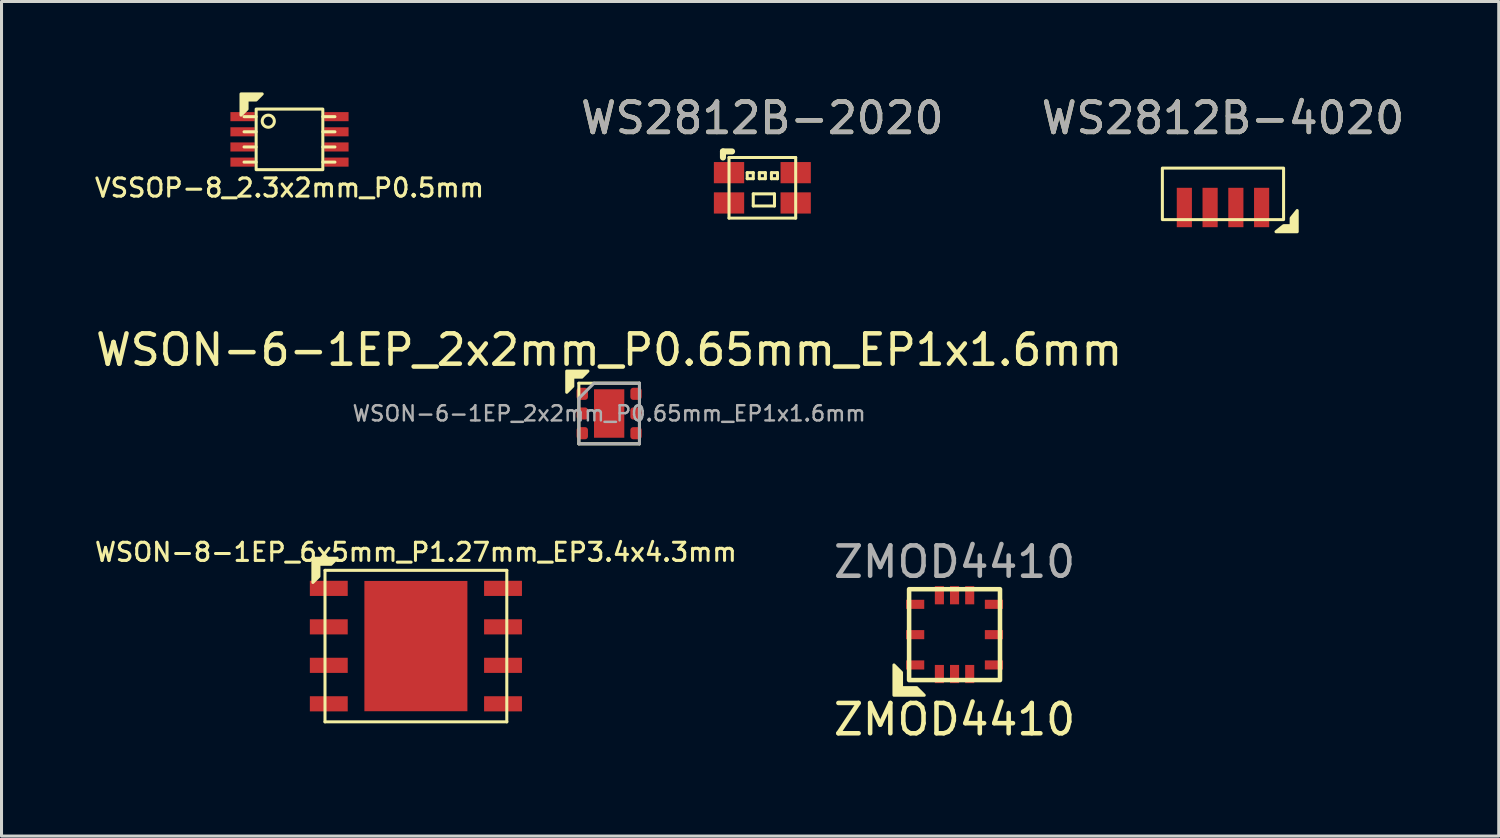
<source format=kicad_pcb>
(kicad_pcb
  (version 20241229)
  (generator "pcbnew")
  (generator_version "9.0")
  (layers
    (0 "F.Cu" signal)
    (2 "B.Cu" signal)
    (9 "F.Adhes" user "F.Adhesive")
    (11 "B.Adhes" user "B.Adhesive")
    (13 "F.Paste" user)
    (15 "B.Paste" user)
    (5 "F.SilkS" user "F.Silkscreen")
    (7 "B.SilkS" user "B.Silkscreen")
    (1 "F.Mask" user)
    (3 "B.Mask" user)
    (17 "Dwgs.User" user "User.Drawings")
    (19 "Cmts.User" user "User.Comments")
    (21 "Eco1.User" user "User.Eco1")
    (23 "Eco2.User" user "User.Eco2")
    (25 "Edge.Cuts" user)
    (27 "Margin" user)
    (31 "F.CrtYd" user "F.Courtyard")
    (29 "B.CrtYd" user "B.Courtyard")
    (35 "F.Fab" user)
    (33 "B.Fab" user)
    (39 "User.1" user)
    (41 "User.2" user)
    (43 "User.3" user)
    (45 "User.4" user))
  (footprint "WSON-8-1EP_6x5mm_P1.27mm_EP3.4x4.3mm"
    (layer "F.Cu")
    (at 10.676 18.273)
    (property "Reference" "WSON-8-1EP_6x5mm_P1.27mm_EP3.4x4.3mm" (at 0 -3.1 0) (layer "F.SilkS") (effects (font (size 0.6 0.6) (thickness 0.1))))
    (attr smd)
    (fp_line (start -3 -2.5) (end 3 -2.5) (stroke (width 0.1) (type solid)) (layer "F.SilkS"))
    (fp_line (start -3 2.5) (end -3 -2.5) (stroke (width 0.1) (type solid)) (layer "F.SilkS"))
    (fp_line (start 3 -2.5) (end 3 2.5) (stroke (width 0.1) (type solid)) (layer "F.SilkS"))
    (fp_line (start 3 2.5) (end -3 2.5) (stroke (width 0.1) (type solid)) (layer "F.SilkS"))
    (fp_poly (pts (xy -2.8 -2.7) (xy -3.2 -2.7) (xy -3.2 -2.3) (xy -3.4 -2.1) (xy -3.4 -2.9) (xy -2.6 -2.9)) (stroke (width 0.1) (type solid)) (fill yes) (layer "F.SilkS"))
    (pad "" smd roundrect (at -0.85 -1.075) (size 1.2 1.5) (layers "F.Paste") (roundrect_rratio 0.182))
    (pad "" smd roundrect (at -0.85 1.075) (size 1.2 1.5) (layers "F.Paste") (roundrect_rratio 0.182))
    (pad "" smd rect (at 0 0) (size 3.4 4.3) (layers "F.Cu" "F.Mask"))
    (pad "" smd roundrect (at 0.85 -1.075) (size 1.2 1.5) (layers "F.Paste") (roundrect_rratio 0.182))
    (pad "" smd roundrect (at 0.85 1.075) (size 1.37 1.73) (layers "F.Paste") (roundrect_rratio 0.182))
    (pad "1" smd rect (at -2.875 -1.905) (size 1.25 0.5) (layers "F.Cu" "F.Mask" "F.Paste"))
    (pad "2" smd rect (at -2.875 -0.635) (size 1.25 0.5) (layers "F.Cu" "F.Mask" "F.Paste"))
    (pad "3" smd rect (at -2.875 0.635) (size 1.25 0.5) (layers "F.Cu" "F.Mask" "F.Paste"))
    (pad "4" smd rect (at -2.875 1.905) (size 1.25 0.5) (layers "F.Cu" "F.Mask" "F.Paste"))
    (pad "5" smd rect (at 2.875 1.905) (size 1.25 0.5) (layers "F.Cu" "F.Mask" "F.Paste"))
    (pad "6" smd rect (at 2.875 0.635) (size 1.25 0.5) (layers "F.Cu" "F.Mask" "F.Paste"))
    (pad "7" smd rect (at 2.875 -0.635) (size 1.25 0.5) (layers "F.Cu" "F.Mask" "F.Paste"))
    (pad "8" smd rect (at 2.875 -1.905) (size 1.25 0.5) (layers "F.Cu" "F.Mask" "F.Paste")))
  (footprint "VSSOP-8_2.3x2mm_P0.5mm"
    (layer "F.Cu")
    (at 6.504 1.55)
    (property "Reference" "VSSOP-8_2.3x2mm_P0.5mm" (at 0 1.6 0) (layer "F.SilkS") (effects (font (size 0.6 0.6) (thickness 0.1))))
    (attr smd)
    (fp_line (start -1.1 -0.75) (end -1.5 -0.75) (stroke (width 0.1) (type solid)) (layer "F.SilkS"))
    (fp_line (start -1.1 -0.25) (end -1.5 -0.25) (stroke (width 0.1) (type solid)) (layer "F.SilkS"))
    (fp_line (start -1.1 0.25) (end -1.5 0.25) (stroke (width 0.1) (type solid)) (layer "F.SilkS"))
    (fp_line (start -1.1 0.75) (end -1.5 0.75) (stroke (width 0.1) (type solid)) (layer "F.SilkS"))
    (fp_line (start 1.1 -0.75) (end 1.5 -0.75) (stroke (width 0.1) (type solid)) (layer "F.SilkS"))
    (fp_line (start 1.1 -0.25) (end 1.5 -0.25) (stroke (width 0.1) (type solid)) (layer "F.SilkS"))
    (fp_line (start 1.1 0.25) (end 1.5 0.25) (stroke (width 0.1) (type solid)) (layer "F.SilkS"))
    (fp_line (start 1.1 0.75) (end 1.5 0.75) (stroke (width 0.1) (type solid)) (layer "F.SilkS"))
    (fp_rect (start -1.1 -1) (end 1.1 1) (stroke (width 0.1) (type solid)) (fill no) (layer "F.SilkS"))
    (fp_circle (center -0.7 -0.6) (end -0.5 -0.6) (stroke (width 0.1) (type solid)) (fill no) (layer "F.SilkS"))
    (fp_poly (pts (xy -1.1 -1.3) (xy -1.4 -1.3) (xy -1.4 -1) (xy -1.6 -0.8) (xy -1.6 -1.5) (xy -0.9 -1.5)) (stroke (width 0.1) (type solid)) (fill yes) (layer "F.SilkS"))
    (pad "1" smd rect (at -1.55 -0.75 270) (size 0.3 0.8) (layers "F.Cu" "F.Mask" "F.Paste"))
    (pad "2" smd rect (at -1.55 -0.25 270) (size 0.3 0.8) (layers "F.Cu" "F.Mask" "F.Paste"))
    (pad "3" smd rect (at -1.55 0.25 270) (size 0.3 0.8) (layers "F.Cu" "F.Mask" "F.Paste"))
    (pad "4" smd rect (at -1.55 0.75 270) (size 0.3 0.8) (layers "F.Cu" "F.Mask" "F.Paste"))
    (pad "5" smd rect (at 1.55 0.75 270) (size 0.3 0.8) (layers "F.Cu" "F.Mask" "F.Paste"))
    (pad "6" smd rect (at 1.55 0.25 270) (size 0.3 0.8) (layers "F.Cu" "F.Mask" "F.Paste"))
    (pad "7" smd rect (at 1.55 -0.25 270) (size 0.3 0.8) (layers "F.Cu" "F.Mask" "F.Paste"))
    (pad "8" smd rect (at 1.55 -0.75 270) (size 0.3 0.8) (layers "F.Cu" "F.Mask" "F.Paste")))
  (footprint "WS2812B-4020"
    (layer "F.Cu")
    (at 37.312 3.148)
    (property "Reference" "WS2812B-4020" (at 0 -2.3 0) (layer "F.SilkS") (effects (font (size 1 1) (thickness 0.15))))
    (attr smd)
    (fp_rect (start 2 1.05) (end -2 -0.65) (stroke (width 0.1) (type solid)) (fill no) (layer "F.SilkS"))
    (fp_poly (pts (xy 2 1.25) (xy 2.25 1.25) (xy 2.25 1) (xy 2.45 0.75) (xy 2.45 1.45) (xy 1.75 1.45)) (stroke (width 0.1) (type solid)) (fill yes) (layer "F.SilkS"))
    (fp_text user "${REFERENCE}" (at 0 -2.3 0) (layer "F.Fab") (effects (font (size 1 1) (thickness 0.15))))
    (pad "1" smd rect (at 1.275 0.65) (size 0.5 1.3) (layers "F.Cu" "F.Mask" "F.Paste"))
    (pad "2" smd rect (at 0.425 0.65) (size 0.5 1.3) (layers "F.Cu" "F.Mask" "F.Paste"))
    (pad "3" smd rect (at -0.425 0.65) (size 0.5 1.3) (layers "F.Cu" "F.Mask" "F.Paste"))
    (pad "4" smd rect (at -1.275 0.65) (size 0.5 1.3) (layers "F.Cu" "F.Mask" "F.Paste")))
  (footprint "ZMOD4410"
    (layer "F.Cu")
    (at 28.453 17.895)
    (property "Reference" "ZMOD4410" (at 0 2.8 0) (unlocked yes) (layer "F.SilkS") (effects (font (size 1 1) (thickness 0.15))))
    (attr smd)
    (fp_rect (start -1.5 -1.5) (end 1.5 1.5) (stroke (width 0.15) (type solid)) (fill no) (layer "F.SilkS"))
    (fp_poly (pts (xy -1.75 1.75) (xy -1.75 1.25) (xy -2 1) (xy -2 2) (xy -1 2) (xy -1.25 1.75)) (stroke (width 0.1) (type solid)) (fill yes) (layer "F.SilkS"))
    (fp_text user "${REFERENCE}" (at 0 -2.4 0) (unlocked yes) (layer "F.Fab") (effects (font (size 1 1) (thickness 0.15))))
    (pad "1" smd rect (at -0.5 1.3 90) (size 0.6 0.3) (layers "F.Cu" "F.Mask" "F.Paste"))
    (pad "2" smd rect (at 0 1.3 90) (size 0.6 0.3) (layers "F.Cu" "F.Mask" "F.Paste"))
    (pad "3" smd rect (at 0.5 1.3 90) (size 0.6 0.3) (layers "F.Cu" "F.Mask" "F.Paste"))
    (pad "4" smd rect (at 1.3 1 180) (size 0.6 0.3) (layers "F.Cu" "F.Mask" "F.Paste"))
    (pad "5" smd rect (at 1.3 0 180) (size 0.6 0.3) (layers "F.Cu" "F.Mask" "F.Paste"))
    (pad "6" smd rect (at 1.3 -1 180) (size 0.6 0.3) (layers "F.Cu" "F.Mask" "F.Paste"))
    (pad "7" smd rect (at 0.5 -1.3 90) (size 0.6 0.3) (layers "F.Cu" "F.Mask" "F.Paste"))
    (pad "8" smd rect (at 0 -1.3 90) (size 0.6 0.3) (layers "F.Cu" "F.Mask" "F.Paste"))
    (pad "9" smd rect (at -0.5 -1.3 90) (size 0.6 0.3) (layers "F.Cu" "F.Mask" "F.Paste"))
    (pad "10" smd rect (at -1.3 -1 180) (size 0.6 0.3) (layers "F.Cu" "F.Mask" "F.Paste"))
    (pad "11" smd rect (at -1.3 0 180) (size 0.6 0.3) (layers "F.Cu" "F.Mask" "F.Paste"))
    (pad "12" smd rect (at -1.3 1 180) (size 0.6 0.3) (layers "F.Cu" "F.Mask" "F.Paste")))
  (footprint "WS2812B-2020"
    (layer "F.Cu")
    (at 22.11 3.148)
    (property "Reference" "WS2812B-2020" (at 0 -2.3 0) (layer "F.SilkS") (effects (font (size 1 1) (thickness 0.15))))
    (attr smd)
    (fp_line (start -1.3 -1.2) (end -1.3 -1) (stroke (width 0.2) (type default)) (layer "F.SilkS"))
    (fp_line (start -1.3 -1.2) (end -1 -1.2) (stroke (width 0.2) (type default)) (layer "F.SilkS"))
    (fp_line (start -1.1 -1) (end -1.1 1) (stroke (width 0.1) (type default)) (layer "F.SilkS"))
    (fp_line (start -1.1 -1) (end 1.1 -1) (stroke (width 0.1) (type default)) (layer "F.SilkS"))
    (fp_line (start -1.1 1) (end 1.1 1) (stroke (width 0.1) (type default)) (layer "F.SilkS"))
    (fp_line (start -0.5 -0.5) (end -0.3 -0.5) (stroke (width 0.1) (type default)) (layer "F.SilkS"))
    (fp_line (start -0.5 -0.3) (end -0.5 -0.5) (stroke (width 0.1) (type default)) (layer "F.SilkS"))
    (fp_line (start -0.5 -0.3) (end -0.3 -0.3) (stroke (width 0.1) (type default)) (layer "F.SilkS"))
    (fp_line (start -0.3 -0.5) (end -0.3 -0.3) (stroke (width 0.1) (type default)) (layer "F.SilkS"))
    (fp_line (start -0.3 0.2) (end -0.3 0.6) (stroke (width 0.1) (type default)) (layer "F.SilkS"))
    (fp_line (start -0.1 -0.5) (end 0.1 -0.5) (stroke (width 0.1) (type default)) (layer "F.SilkS"))
    (fp_line (start -0.1 -0.3) (end -0.1 -0.5) (stroke (width 0.1) (type default)) (layer "F.SilkS"))
    (fp_line (start -0.1 -0.3) (end 0.1 -0.3) (stroke (width 0.1) (type default)) (layer "F.SilkS"))
    (fp_line (start 0.1 -0.5) (end 0.1 -0.3) (stroke (width 0.1) (type default)) (layer "F.SilkS"))
    (fp_line (start 0.3 -0.5) (end 0.5 -0.5) (stroke (width 0.1) (type default)) (layer "F.SilkS"))
    (fp_line (start 0.3 -0.3) (end 0.3 -0.5) (stroke (width 0.1) (type default)) (layer "F.SilkS"))
    (fp_line (start 0.3 -0.3) (end 0.5 -0.3) (stroke (width 0.1) (type default)) (layer "F.SilkS"))
    (fp_line (start 0.4 0.2) (end -0.3 0.2) (stroke (width 0.1) (type default)) (layer "F.SilkS"))
    (fp_line (start 0.4 0.2) (end 0.4 0.6) (stroke (width 0.1) (type default)) (layer "F.SilkS"))
    (fp_line (start 0.4 0.6) (end -0.3 0.6) (stroke (width 0.1) (type default)) (layer "F.SilkS"))
    (fp_line (start 0.5 -0.5) (end 0.5 -0.3) (stroke (width 0.1) (type default)) (layer "F.SilkS"))
    (fp_line (start 1.1 -1) (end 1.1 1) (stroke (width 0.1) (type default)) (layer "F.SilkS"))
    (fp_text user "${REFERENCE}" (at 0 -2.3 0) (layer "F.Fab") (effects (font (size 1 1) (thickness 0.15))))
    (pad "1" smd rect (at -1.1 -0.5 180) (size 1 0.7) (layers "F.Cu" "F.Mask" "F.Paste"))
    (pad "2" smd rect (at -1.1 0.5 180) (size 1 0.7) (layers "F.Cu" "F.Mask" "F.Paste"))
    (pad "3" smd rect (at 1.1 0.5 180) (size 1 0.7) (layers "F.Cu" "F.Mask" "F.Paste"))
    (pad "4" smd rect (at 1.1 -0.5 180) (size 1 0.7) (layers "F.Cu" "F.Mask" "F.Paste")))
  (footprint "WSON-6-1EP_2x2mm_P0.65mm_EP1x1.6mm"
    (layer "F.Cu")
    (at 17.054 10.597)
    (property "Reference" "WSON-6-1EP_2x2mm_P0.65mm_EP1x1.6mm" (at 0 -2.1 0) (layer "F.SilkS") (effects (font (size 1 1) (thickness 0.15))))
    (attr smd)
    (fp_line (start -1 -1) (end 1 -1) (stroke (width 0.1) (type solid)) (layer "F.SilkS"))
    (fp_line (start -1 1) (end -1 -1) (stroke (width 0.1) (type solid)) (layer "F.SilkS"))
    (fp_line (start 1 -1) (end 1 1) (stroke (width 0.1) (type solid)) (layer "F.SilkS"))
    (fp_line (start 1 1) (end -1 1) (stroke (width 0.1) (type solid)) (layer "F.SilkS"))
    (fp_poly (pts (xy -0.9 -1.2) (xy -1.2 -1.2) (xy -1.2 -0.9) (xy -1.4 -0.7) (xy -1.4 -1.4) (xy -0.7 -1.4)) (stroke (width 0.1) (type solid)) (fill yes) (layer "F.SilkS"))
    (fp_line (start -1 -0.5) (end -0.5 -1) (stroke (width 0.1) (type solid)) (layer "F.Fab"))
    (fp_line (start -1 1) (end -1 -0.5) (stroke (width 0.1) (type solid)) (layer "F.Fab"))
    (fp_line (start -0.5 -1) (end 1 -1) (stroke (width 0.1) (type solid)) (layer "F.Fab"))
    (fp_line (start 1 -1) (end 1 1) (stroke (width 0.1) (type solid)) (layer "F.Fab"))
    (fp_line (start 1 1) (end -1 1) (stroke (width 0.1) (type solid)) (layer "F.Fab"))
    (fp_text user "${REFERENCE}" (at 0 0 0) (layer "F.Fab") (effects (font (size 0.5 0.5) (thickness 0.08))))
    (pad "" smd roundrect (at 0 -0.4) (size 0.81 0.64) (layers "F.Paste") (roundrect_rratio 0.25))
    (pad "" smd roundrect (at 0 0.4) (size 0.81 0.64) (layers "F.Paste") (roundrect_rratio 0.25))
    (pad "1" smd roundrect (at -0.887 -0.65) (size 0.375 0.4) (layers "F.Cu" "F.Mask" "F.Paste") (roundrect_rratio 0.25))
    (pad "2" smd roundrect (at -0.887 0) (size 0.375 0.4) (layers "F.Cu" "F.Mask" "F.Paste") (roundrect_rratio 0.25))
    (pad "3" smd roundrect (at -0.887 0.65) (size 0.375 0.4) (layers "F.Cu" "F.Mask" "F.Paste") (roundrect_rratio 0.25))
    (pad "4" smd roundrect (at 0.887 0.65) (size 0.375 0.4) (layers "F.Cu" "F.Mask" "F.Paste") (roundrect_rratio 0.25))
    (pad "5" smd roundrect (at 0.887 0) (size 0.375 0.4) (layers "F.Cu" "F.Mask" "F.Paste") (roundrect_rratio 0.25))
    (pad "6" smd roundrect (at 0.887 -0.65) (size 0.375 0.4) (layers "F.Cu" "F.Mask" "F.Paste") (roundrect_rratio 0.25))
    (pad "7" smd rect (at 0 0) (size 1 1.6) (layers "F.Cu" "F.Mask")))
  (gr_rect
    (start -3 -3)
    (end 46.413 24.543)
    (stroke (width 0.1) (type default))
    (fill no)
    (layer "Edge.Cuts")))
</source>
